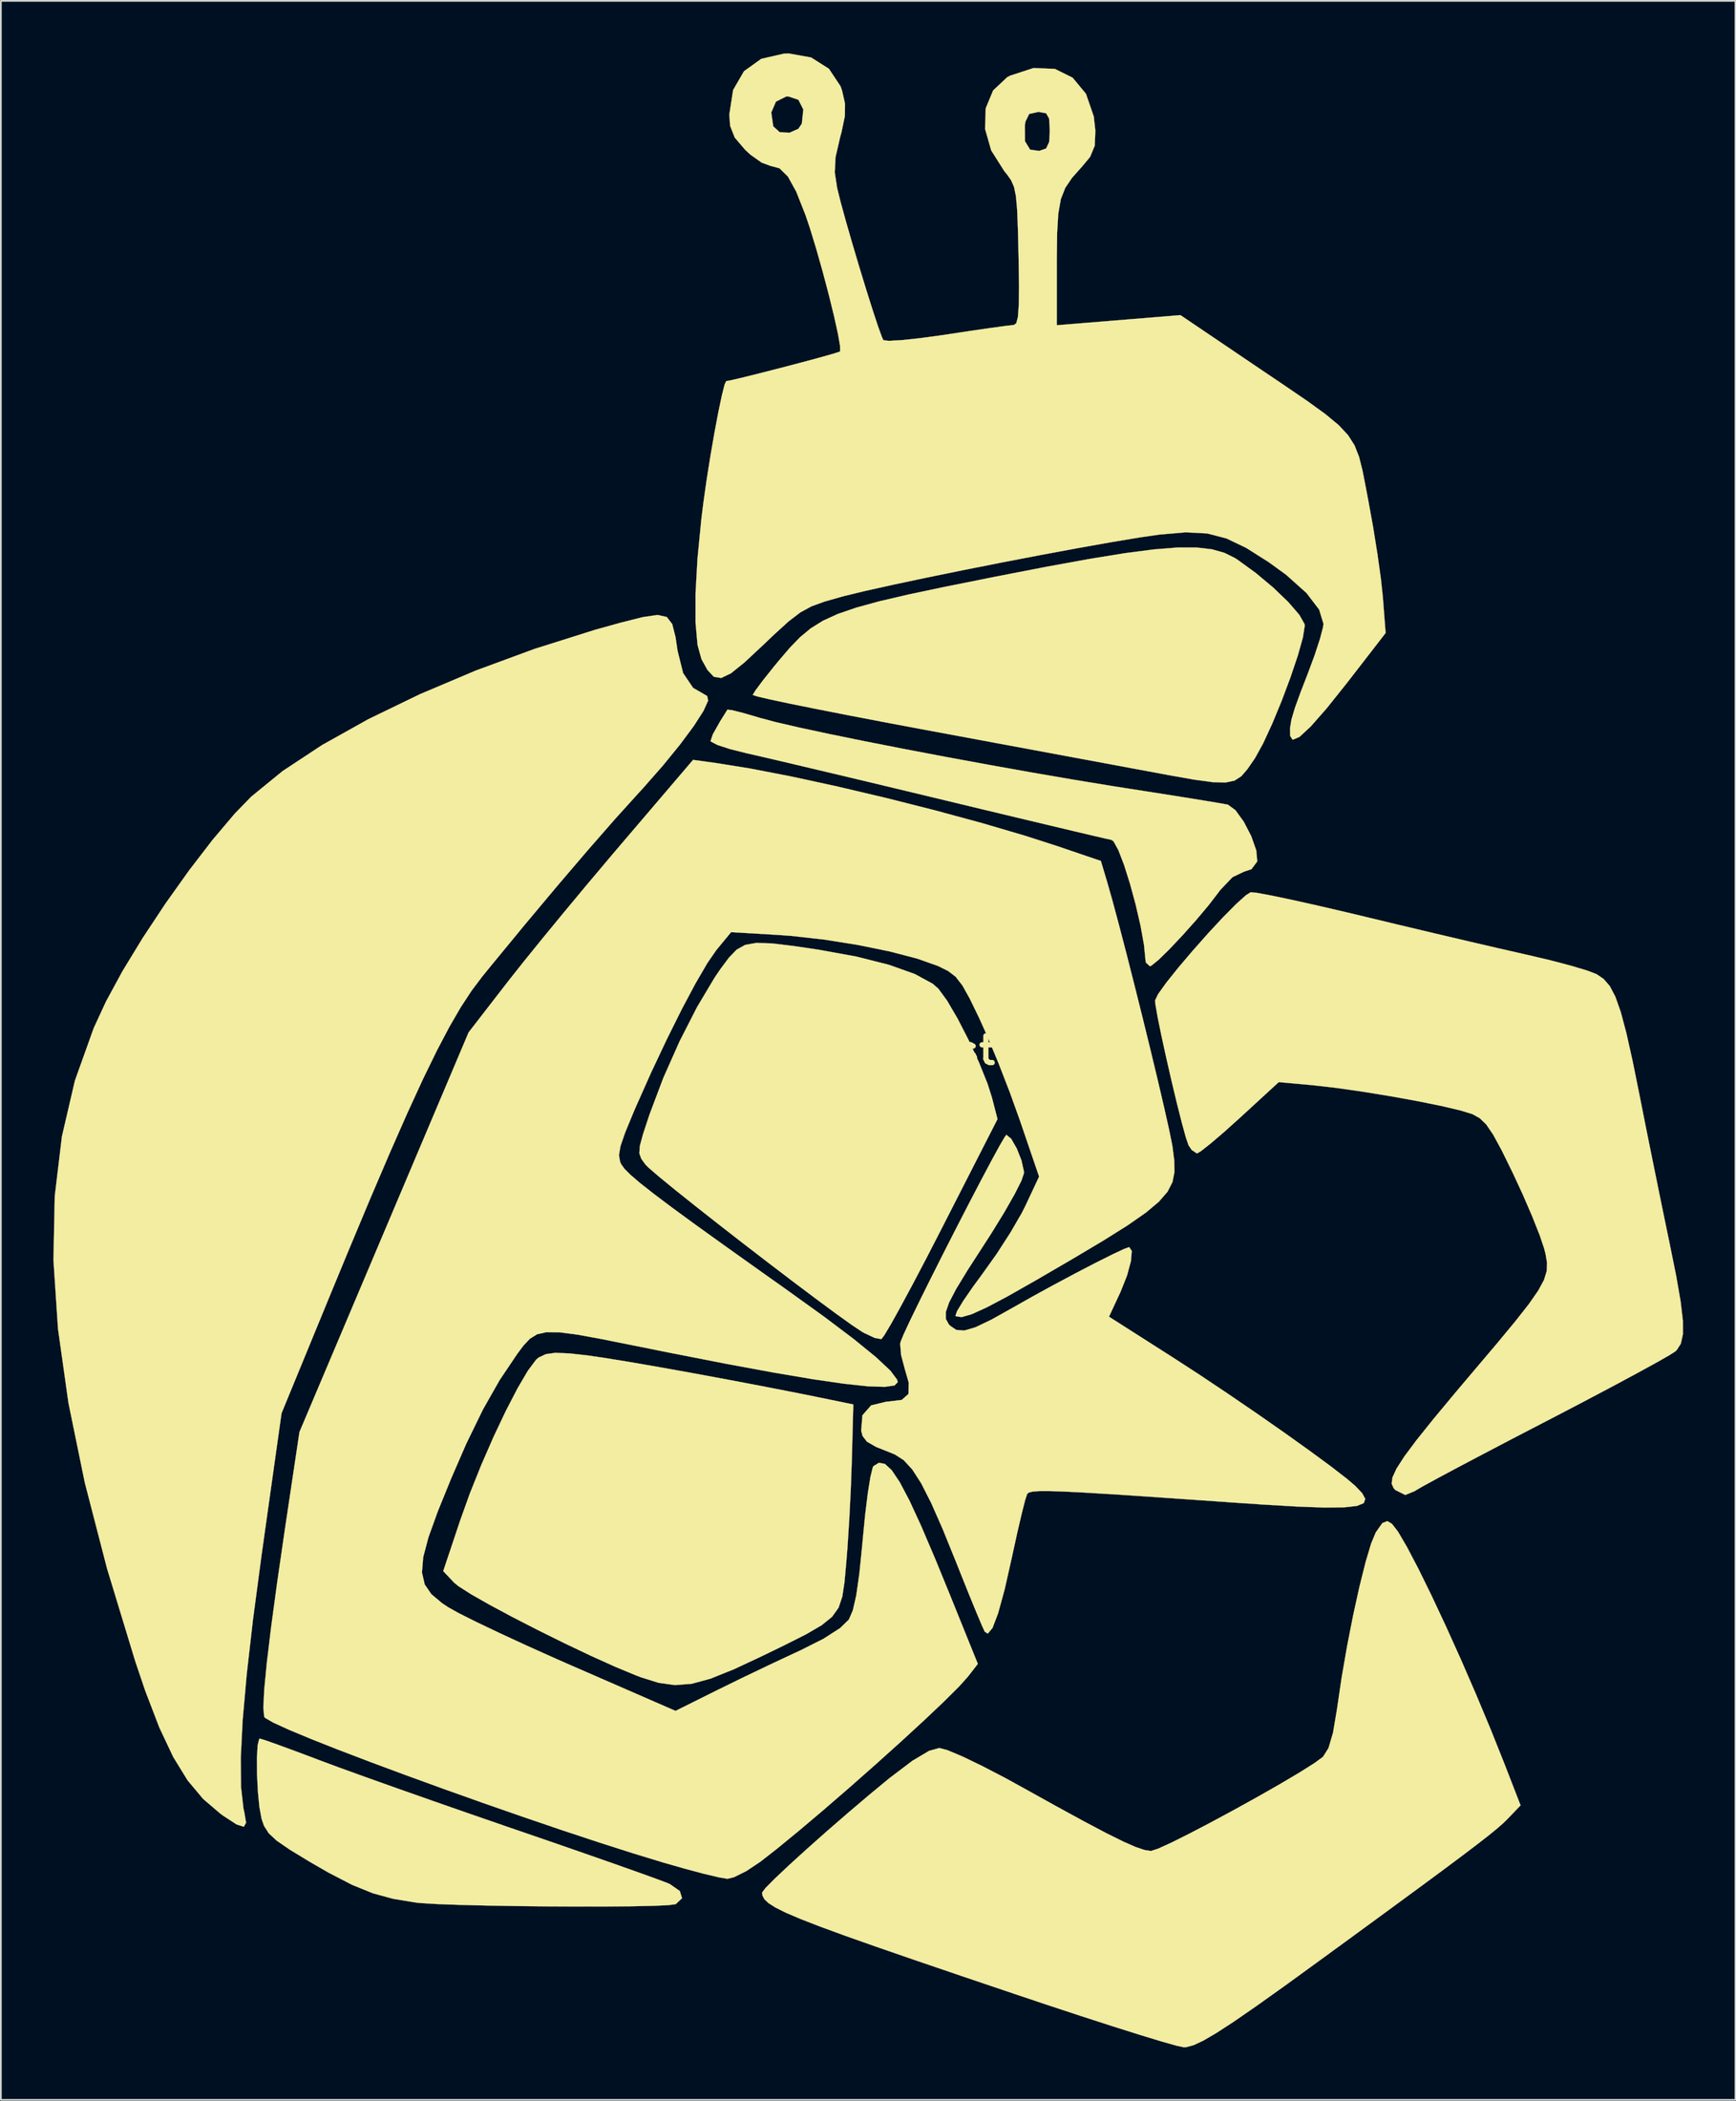
<source format=kicad_pcb>
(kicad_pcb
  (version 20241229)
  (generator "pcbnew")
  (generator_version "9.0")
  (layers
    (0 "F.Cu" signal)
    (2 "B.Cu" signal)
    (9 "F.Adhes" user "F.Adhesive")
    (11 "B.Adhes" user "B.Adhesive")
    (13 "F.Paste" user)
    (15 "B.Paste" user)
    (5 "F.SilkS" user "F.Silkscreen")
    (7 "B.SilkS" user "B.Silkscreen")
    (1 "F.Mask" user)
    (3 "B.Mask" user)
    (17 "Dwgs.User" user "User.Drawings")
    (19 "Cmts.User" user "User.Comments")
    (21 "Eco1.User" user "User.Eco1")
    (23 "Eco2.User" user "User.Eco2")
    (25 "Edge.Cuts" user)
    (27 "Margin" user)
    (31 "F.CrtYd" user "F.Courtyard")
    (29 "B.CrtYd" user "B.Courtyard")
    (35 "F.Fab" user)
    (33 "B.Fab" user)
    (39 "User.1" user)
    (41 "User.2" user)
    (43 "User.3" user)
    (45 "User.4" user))
  (footprint "bb_logo_test"
    (layer "F.Cu")
    (at 46.652 56.953)
    (property "Reference" "bb_logo_test" (at 0 0 0) (layer "F.SilkS") (effects (font (size 1.524 1.524) (thickness 0.3))))
    (attr through_hole)
    (fp_poly (pts (xy -34.553 39.393) (xy -33.853 39.64) (xy -32.853 40.007) (xy -31.651 40.458) (xy -31.445 40.537) (xy -30.352 40.943) (xy -28.85 41.486) (xy -27.035 42.132) (xy -25.007 42.847) (xy -22.861 43.595) (xy -20.696 44.343) (xy -20.186 44.518) (xy -18.187 45.205) (xy -16.323 45.851) (xy -14.662 46.432) (xy -13.271 46.924) (xy -12.22 47.303) (xy -11.574 47.545) (xy -11.43 47.605) (xy -10.851 48.008) (xy -10.723 48.419) (xy -11.072 48.748) (xy -11.118 48.766) (xy -11.52 48.817) (xy -12.37 48.855) (xy -13.578 48.88) (xy -15.057 48.893) (xy -16.719 48.895) (xy -18.477 48.886) (xy -20.243 48.867) (xy -21.928 48.838) (xy -23.445 48.8) (xy -24.706 48.754) (xy -25.623 48.699) (xy -25.937 48.668) (xy -27.234 48.454) (xy -28.395 48.137) (xy -29.575 47.658) (xy -30.926 46.959) (xy -32.011 46.333) (xy -33.137 45.649) (xy -33.884 45.136) (xy -34.344 44.71) (xy -34.611 44.29) (xy -34.75 43.893) (xy -34.875 43.22) (xy -34.964 42.321) (xy -35.013 41.339) (xy -35.019 40.417) (xy -34.98 39.698) (xy -34.891 39.326) (xy -34.854 39.303) (xy -34.553 39.393)) (stroke (width 0.01) (type solid)) (fill yes) (layer "F.SilkS"))
    (fp_poly (pts (xy -17.143 17.303) (xy -16.176 17.41) (xy -15.177 17.554) (xy -13.755 17.785) (xy -12.015 18.086) (xy -10.056 18.438) (xy -7.983 18.822) (xy -5.896 19.219) (xy -3.898 19.611) (xy -2.674 19.859) (xy -0.936 20.217) (xy -1.02 23.41) (xy -1.078 25.023) (xy -1.167 26.781) (xy -1.272 28.425) (xy -1.34 29.276) (xy -1.439 30.362) (xy -1.562 31.185) (xy -1.775 31.821) (xy -2.147 32.343) (xy -2.744 32.826) (xy -3.634 33.345) (xy -4.883 33.974) (xy -6.1 34.565) (xy -7.775 35.35) (xy -9.099 35.88) (xy -10.181 36.173) (xy -11.131 36.246) (xy -12.058 36.117) (xy -13.073 35.801) (xy -13.368 35.688) (xy -14.539 35.202) (xy -15.92 34.58) (xy -17.418 33.868) (xy -18.944 33.114) (xy -20.406 32.364) (xy -21.714 31.664) (xy -22.775 31.06) (xy -23.5 30.598) (xy -23.75 30.395) (xy -24.371 29.734) (xy -23.4 26.832) (xy -22.842 25.279) (xy -22.191 23.658) (xy -21.492 22.059) (xy -20.786 20.571) (xy -20.118 19.283) (xy -19.529 18.283) (xy -19.063 17.66) (xy -18.919 17.536) (xy -18.507 17.343) (xy -17.962 17.267) (xy -17.143 17.303)) (stroke (width 0.01) (type solid)) (fill yes) (layer "F.SilkS"))
    (fp_poly (pts (xy -5.596 -6.119) (xy -4.369 -5.972) (xy -2.941 -5.761) (xy -0.76 -5.366) (xy 1.098 -4.896) (xy 2.571 -4.373) (xy 3.6 -3.815) (xy 3.922 -3.535) (xy 4.42 -2.855) (xy 5.025 -1.822) (xy 5.661 -0.586) (xy 6.256 0.703) (xy 6.735 1.893) (xy 6.99 2.694) (xy 7.305 3.918) (xy 4.119 10.158) (xy 3.256 11.835) (xy 2.461 13.347) (xy 1.769 14.633) (xy 1.216 15.627) (xy 0.835 16.267) (xy 0.667 16.487) (xy 0.285 16.416) (xy -0.324 16.13) (xy -0.468 16.045) (xy -1.057 15.651) (xy -1.958 15.005) (xy -3.101 14.16) (xy -4.417 13.171) (xy -5.837 12.09) (xy -7.29 10.972) (xy -8.709 9.869) (xy -10.022 8.836) (xy -11.161 7.926) (xy -12.056 7.193) (xy -12.638 6.691) (xy -12.817 6.511) (xy -13.054 6.182) (xy -13.164 5.87) (xy -13.134 5.445) (xy -12.954 4.781) (xy -12.614 3.751) (xy -12.572 3.627) (xy -11.798 1.575) (xy -10.865 -0.523) (xy -9.856 -2.498) (xy -8.852 -4.179) (xy -8.52 -4.665) (xy -8.037 -5.312) (xy -7.602 -5.761) (xy -7.115 -6.033) (xy -6.479 -6.146) (xy -5.596 -6.119)) (stroke (width 0.01) (type solid)) (fill yes) (layer "F.SilkS"))
    (fp_poly (pts (xy 19.556 -28.629) (xy 20.267 -28.429) (xy 20.867 -28.133) (xy 21.007 -28.044) (xy 22.062 -27.279) (xy 23.066 -26.439) (xy 23.926 -25.612) (xy 24.552 -24.889) (xy 24.852 -24.358) (xy 24.865 -24.266) (xy 24.758 -23.589) (xy 24.469 -22.561) (xy 24.048 -21.311) (xy 23.545 -19.971) (xy 23.008 -18.672) (xy 22.487 -17.543) (xy 22.031 -16.717) (xy 21.983 -16.644) (xy 21.592 -16.076) (xy 21.244 -15.67) (xy 20.853 -15.417) (xy 20.333 -15.306) (xy 19.599 -15.327) (xy 18.563 -15.468) (xy 17.139 -15.72) (xy 16.042 -15.924) (xy 14.98 -16.121) (xy 13.481 -16.4) (xy 11.631 -16.743) (xy 9.519 -17.136) (xy 7.233 -17.56) (xy 4.861 -18.001) (xy 3.008 -18.345) (xy 0.809 -18.758) (xy -1.216 -19.146) (xy -3.007 -19.498) (xy -4.508 -19.801) (xy -5.659 -20.045) (xy -6.404 -20.217) (xy -6.683 -20.306) (xy -6.684 -20.308) (xy -6.524 -20.573) (xy -6.098 -21.144) (xy -5.482 -21.916) (xy -5.185 -22.277) (xy -4.568 -22.999) (xy -3.984 -23.602) (xy -3.373 -24.11) (xy -2.673 -24.546) (xy -1.823 -24.935) (xy -0.761 -25.299) (xy 0.573 -25.664) (xy 2.241 -26.052) (xy 4.304 -26.487) (xy 6.824 -26.993) (xy 7.185 -27.065) (xy 10.103 -27.631) (xy 12.552 -28.077) (xy 14.584 -28.407) (xy 16.248 -28.623) (xy 17.598 -28.73) (xy 18.684 -28.73) (xy 19.556 -28.629)) (stroke (width 0.01) (type solid)) (fill yes) (layer "F.SilkS"))
    (fp_poly (pts (xy -7.866 -19.439) (xy -7.229 -19.279) (xy -6.349 -19.023) (xy -6.272 -18.999) (xy -5.381 -18.761) (xy -4.038 -18.45) (xy -2.32 -18.081) (xy -0.301 -17.669) (xy 1.943 -17.229) (xy 4.335 -16.774) (xy 6.801 -16.32) (xy 9.264 -15.88) (xy 11.648 -15.47) (xy 13.878 -15.104) (xy 14.705 -14.974) (xy 16.346 -14.718) (xy 17.832 -14.483) (xy 19.072 -14.282) (xy 19.976 -14.132) (xy 20.451 -14.046) (xy 20.471 -14.042) (xy 20.904 -13.727) (xy 21.379 -13.07) (xy 21.806 -12.246) (xy 22.093 -11.432) (xy 22.15 -10.804) (xy 22.15 -10.801) (xy 21.82 -10.357) (xy 21.387 -10.213) (xy 20.733 -9.899) (xy 20.032 -9.163) (xy 19.957 -9.061) (xy 19.384 -8.314) (xy 18.663 -7.456) (xy 17.884 -6.584) (xy 17.138 -5.794) (xy 16.514 -5.183) (xy 16.102 -4.848) (xy 16.013 -4.813) (xy 15.785 -5.025) (xy 15.765 -5.147) (xy 15.678 -6.027) (xy 15.48 -7.127) (xy 15.202 -8.332) (xy 14.876 -9.529) (xy 14.536 -10.606) (xy 14.211 -11.45) (xy 13.936 -11.947) (xy 13.812 -12.032) (xy 13.533 -12.092) (xy 12.793 -12.264) (xy 11.652 -12.533) (xy 10.168 -12.886) (xy 8.402 -13.307) (xy 6.41 -13.784) (xy 4.372 -14.274) (xy 2.118 -14.816) (xy -0.059 -15.337) (xy -2.083 -15.819) (xy -3.878 -16.244) (xy -5.366 -16.594) (xy -6.47 -16.851) (xy -7.018 -16.975) (xy -7.987 -17.218) (xy -8.713 -17.456) (xy -9.073 -17.646) (xy -9.091 -17.683) (xy -8.96 -18.069) (xy -8.549 -18.799) (xy -8.128 -19.47) (xy -7.866 -19.439)) (stroke (width 0.01) (type solid)) (fill yes) (layer "F.SilkS"))
    (fp_poly (pts (xy -11.596 -24.762) (xy -11.283 -24.355) (xy -11.095 -23.61) (xy -10.979 -22.827) (xy -10.662 -21.557) (xy -10.09 -20.712) (xy -9.287 -20.249) (xy -9.232 -19.985) (xy -9.5 -19.394) (xy -10.05 -18.537) (xy -10.839 -17.475) (xy -11.822 -16.269) (xy -12.956 -14.98) (xy -13.206 -14.709) (xy -14.541 -13.233) (xy -16.126 -11.422) (xy -17.885 -9.363) (xy -19.742 -7.147) (xy -21.623 -4.862) (xy -22.16 -4.201) (xy -22.753 -3.413) (xy -23.367 -2.476) (xy -24.021 -1.35) (xy -24.735 0.006) (xy -25.529 1.633) (xy -26.42 3.57) (xy -27.429 5.859) (xy -28.576 8.54) (xy -29.878 11.653) (xy -30.863 14.037) (xy -33.613 20.721) (xy -34.761 28.876) (xy -35.244 32.506) (xy -35.602 35.629) (xy -35.835 38.257) (xy -35.943 40.403) (xy -35.927 42.079) (xy -35.788 43.298) (xy -35.739 43.514) (xy -35.639 44.108) (xy -35.769 44.338) (xy -36.183 44.205) (xy -36.936 43.715) (xy -37.101 43.596) (xy -38.091 42.75) (xy -38.978 41.692) (xy -39.8 40.356) (xy -40.595 38.673) (xy -41.401 36.574) (xy -41.97 34.892) (xy -43.583 29.594) (xy -44.856 24.681) (xy -45.791 20.124) (xy -46.387 15.896) (xy -46.647 11.969) (xy -46.572 8.316) (xy -46.163 4.909) (xy -45.421 1.721) (xy -44.348 -1.276) (xy -43.646 -2.795) (xy -42.707 -4.525) (xy -41.549 -6.425) (xy -40.25 -8.386) (xy -38.889 -10.296) (xy -37.543 -12.045) (xy -36.292 -13.523) (xy -35.344 -14.5) (xy -33.55 -15.962) (xy -31.297 -17.447) (xy -28.657 -18.922) (xy -25.704 -20.352) (xy -22.509 -21.704) (xy -19.146 -22.942) (xy -15.686 -24.033) (xy -14.251 -24.432) (xy -12.982 -24.752) (xy -12.129 -24.879) (xy -11.596 -24.762)) (stroke (width 0.01) (type solid)) (fill yes) (layer "F.SilkS"))
    (fp_poly (pts (xy 29.846 27.033) (xy 30.192 27.479) (xy 30.704 28.353) (xy 31.352 29.587) (xy 32.102 31.113) (xy 32.922 32.862) (xy 33.782 34.767) (xy 34.648 36.759) (xy 35.488 38.769) (xy 36.272 40.73) (xy 36.276 40.741) (xy 37.199 43.115) (xy 36.458 43.888) (xy 36.212 44.128) (xy 35.872 44.427) (xy 35.4 44.813) (xy 34.756 45.315) (xy 33.903 45.962) (xy 32.802 46.784) (xy 31.414 47.809) (xy 29.701 49.066) (xy 27.624 50.585) (xy 25.667 52.012) (xy 23.682 53.452) (xy 22.074 54.597) (xy 20.8 55.476) (xy 19.812 56.119) (xy 19.064 56.555) (xy 18.51 56.813) (xy 18.105 56.923) (xy 17.949 56.932) (xy 17.538 56.844) (xy 16.683 56.602) (xy 15.448 56.227) (xy 13.897 55.738) (xy 12.092 55.154) (xy 10.096 54.496) (xy 8.288 53.89) (xy 5.203 52.847) (xy 2.588 51.956) (xy 0.404 51.202) (xy -1.388 50.569) (xy -2.824 50.044) (xy -3.943 49.609) (xy -4.784 49.251) (xy -5.385 48.952) (xy -5.783 48.699) (xy -6.018 48.476) (xy -6.127 48.267) (xy -6.149 48.096) (xy -5.956 47.838) (xy -5.421 47.298) (xy -4.612 46.536) (xy -3.599 45.615) (xy -2.449 44.594) (xy -1.229 43.536) (xy -0.01 42.502) (xy 1.142 41.552) (xy 1.163 41.536) (xy 2.443 40.568) (xy 3.391 40.004) (xy 3.978 39.838) (xy 4.452 39.966) (xy 5.295 40.32) (xy 6.413 40.858) (xy 7.715 41.534) (xy 8.563 41.999) (xy 10.608 43.134) (xy 12.243 44.026) (xy 13.519 44.7) (xy 14.487 45.18) (xy 15.199 45.494) (xy 15.707 45.665) (xy 16.062 45.72) (xy 16.079 45.72) (xy 16.477 45.592) (xy 17.245 45.242) (xy 18.293 44.718) (xy 19.531 44.071) (xy 20.869 43.349) (xy 22.217 42.602) (xy 23.484 41.879) (xy 24.58 41.229) (xy 25.415 40.703) (xy 25.899 40.348) (xy 25.91 40.338) (xy 26.223 39.842) (xy 26.483 38.953) (xy 26.71 37.602) (xy 26.722 37.516) (xy 26.977 35.789) (xy 27.289 33.997) (xy 27.635 32.239) (xy 27.993 30.614) (xy 28.342 29.221) (xy 28.659 28.158) (xy 28.924 27.524) (xy 28.928 27.517) (xy 29.3 26.992) (xy 29.587 26.879) (xy 29.846 27.033)) (stroke (width 0.01) (type solid)) (fill yes) (layer "F.SilkS"))
    (fp_poly (pts (xy 8.086 5.039) (xy 8.403 5.589) (xy 8.674 6.273) (xy 8.813 6.899) (xy 8.817 7.005) (xy 8.673 7.436) (xy 8.28 8.214) (xy 7.69 9.248) (xy 6.955 10.442) (xy 6.545 11.078) (xy 5.608 12.526) (xy 4.95 13.605) (xy 4.541 14.386) (xy 4.351 14.937) (xy 4.352 15.329) (xy 4.515 15.63) (xy 4.599 15.721) (xy 4.95 15.959) (xy 5.404 15.996) (xy 6.045 15.808) (xy 6.96 15.37) (xy 8.2 14.677) (xy 9.305 14.052) (xy 10.519 13.387) (xy 11.746 12.732) (xy 12.889 12.139) (xy 13.85 11.657) (xy 14.533 11.337) (xy 14.833 11.229) (xy 14.98 11.452) (xy 14.929 12.036) (xy 14.707 12.856) (xy 14.337 13.787) (xy 14.322 13.818) (xy 13.677 15.204) (xy 17.333 17.535) (xy 18.86 18.526) (xy 20.487 19.613) (xy 22.134 20.737) (xy 23.72 21.844) (xy 25.162 22.874) (xy 26.381 23.771) (xy 27.295 24.479) (xy 27.739 24.858) (xy 28.144 25.281) (xy 28.323 25.611) (xy 28.236 25.854) (xy 27.844 26.013) (xy 27.108 26.095) (xy 25.987 26.106) (xy 24.442 26.05) (xy 22.433 25.932) (xy 20.656 25.811) (xy 17.864 25.616) (xy 15.558 25.458) (xy 13.692 25.335) (xy 12.218 25.247) (xy 11.091 25.191) (xy 10.263 25.164) (xy 9.687 25.166) (xy 9.317 25.194) (xy 9.106 25.245) (xy 9.007 25.319) (xy 9.002 25.327) (xy 8.886 25.678) (xy 8.691 26.444) (xy 8.441 27.515) (xy 8.164 28.78) (xy 8.139 28.898) (xy 7.712 30.789) (xy 7.338 32.151) (xy 7.018 32.988) (xy 6.749 33.305) (xy 6.579 33.2) (xy 6.419 32.856) (xy 6.105 32.111) (xy 5.676 31.063) (xy 5.172 29.809) (xy 4.97 29.3) (xy 4.177 27.346) (xy 3.513 25.839) (xy 2.943 24.719) (xy 2.432 23.926) (xy 1.944 23.398) (xy 1.443 23.076) (xy 1.28 23.008) (xy 0.365 22.643) (xy -0.157 22.342) (xy -0.406 22.018) (xy -0.485 21.71) (xy -0.414 20.834) (xy 0.082 20.269) (xy 0.968 20.054) (xy 1.05 20.053) (xy 1.836 19.955) (xy 2.217 19.616) (xy 2.23 18.963) (xy 2.005 18.181) (xy 1.797 17.399) (xy 1.744 16.765) (xy 1.766 16.639) (xy 1.947 16.199) (xy 2.321 15.397) (xy 2.848 14.314) (xy 3.487 13.027) (xy 4.198 11.615) (xy 4.941 10.157) (xy 5.676 8.731) (xy 6.362 7.416) (xy 6.96 6.291) (xy 7.428 5.434) (xy 7.727 4.925) (xy 7.814 4.816) (xy 8.086 5.039)) (stroke (width 0.01) (type solid)) (fill yes) (layer "F.SilkS"))
    (fp_poly (pts (xy 22.139 -9.004) (xy 22.941 -8.855) (xy 24.106 -8.611) (xy 25.557 -8.288) (xy 27.215 -7.903) (xy 28.261 -7.653) (xy 30.23 -7.18) (xy 32.246 -6.701) (xy 34.177 -6.247) (xy 35.89 -5.849) (xy 37.255 -5.538) (xy 37.565 -5.468) (xy 38.884 -5.158) (xy 40.076 -4.845) (xy 41.007 -4.566) (xy 41.53 -4.366) (xy 41.943 -4.089) (xy 42.297 -3.681) (xy 42.616 -3.073) (xy 42.925 -2.199) (xy 43.246 -0.993) (xy 43.604 0.612) (xy 43.99 2.517) (xy 44.366 4.41) (xy 44.787 6.496) (xy 45.208 8.561) (xy 45.586 10.392) (xy 45.705 10.962) (xy 46.092 12.876) (xy 46.347 14.342) (xy 46.474 15.43) (xy 46.476 16.207) (xy 46.358 16.745) (xy 46.124 17.111) (xy 46.054 17.178) (xy 45.704 17.403) (xy 44.942 17.837) (xy 43.83 18.446) (xy 42.434 19.196) (xy 40.816 20.051) (xy 39.041 20.978) (xy 38.501 21.257) (xy 36.705 22.189) (xy 35.06 23.05) (xy 33.626 23.806) (xy 32.465 24.427) (xy 31.638 24.878) (xy 31.206 25.128) (xy 31.162 25.16) (xy 30.608 25.387) (xy 30.043 25.105) (xy 29.944 24.997) (xy 29.832 24.743) (xy 29.877 24.386) (xy 30.109 23.881) (xy 30.558 23.184) (xy 31.255 22.25) (xy 32.23 21.034) (xy 33.513 19.493) (xy 34.467 18.365) (xy 35.838 16.747) (xy 36.894 15.473) (xy 37.673 14.482) (xy 38.208 13.713) (xy 38.537 13.106) (xy 38.693 12.598) (xy 38.712 12.13) (xy 38.63 11.64) (xy 38.55 11.319) (xy 38.296 10.562) (xy 37.865 9.476) (xy 37.318 8.211) (xy 36.762 7.01) (xy 36.124 5.71) (xy 35.636 4.812) (xy 35.237 4.227) (xy 34.867 3.867) (xy 34.463 3.642) (xy 34.435 3.63) (xy 33.75 3.42) (xy 32.657 3.164) (xy 31.277 2.885) (xy 29.733 2.606) (xy 28.147 2.348) (xy 26.641 2.133) (xy 25.337 1.984) (xy 25.258 1.976) (xy 23.378 1.806) (xy 21.158 3.844) (xy 20.251 4.659) (xy 19.479 5.318) (xy 18.93 5.75) (xy 18.703 5.882) (xy 18.399 5.675) (xy 18.224 5.414) (xy 18.073 4.977) (xy 17.842 4.137) (xy 17.558 3.014) (xy 17.25 1.729) (xy 16.946 0.401) (xy 16.673 -0.847) (xy 16.459 -1.896) (xy 16.332 -2.626) (xy 16.309 -2.861) (xy 16.484 -3.223) (xy 16.953 -3.877) (xy 17.638 -4.732) (xy 18.459 -5.698) (xy 19.335 -6.686) (xy 20.188 -7.604) (xy 20.938 -8.362) (xy 21.505 -8.872) (xy 21.778 -9.041) (xy 22.139 -9.004)) (stroke (width 0.01) (type solid)) (fill yes) (layer "F.SilkS"))
    (fp_poly (pts (xy -8.857 -16.432) (xy -6.861 -16.113) (xy -4.481 -15.652) (xy -1.84 -15.079) (xy 0.94 -14.424) (xy 3.735 -13.718) (xy 6.423 -12.989) (xy 8.881 -12.267) (xy 10.683 -11.687) (xy 13.212 -10.828) (xy 13.572 -9.625) (xy 13.867 -8.588) (xy 14.24 -7.202) (xy 14.668 -5.559) (xy 15.128 -3.752) (xy 15.597 -1.873) (xy 16.053 -0.015) (xy 16.472 1.729) (xy 16.831 3.268) (xy 17.109 4.507) (xy 17.282 5.356) (xy 17.314 5.548) (xy 17.407 6.297) (xy 17.419 6.938) (xy 17.305 7.514) (xy 17.024 8.064) (xy 16.533 8.631) (xy 15.789 9.257) (xy 14.749 9.981) (xy 13.371 10.846) (xy 11.613 11.893) (xy 9.492 13.128) (xy 7.889 14.038) (xy 6.683 14.676) (xy 5.824 15.065) (xy 5.26 15.227) (xy 4.942 15.184) (xy 4.903 15.152) (xy 4.991 14.891) (xy 5.347 14.303) (xy 5.911 13.484) (xy 6.428 12.781) (xy 7.253 11.624) (xy 8.046 10.397) (xy 8.684 9.297) (xy 8.894 8.882) (xy 9.683 7.203) (xy 8.566 3.936) (xy 8.008 2.386) (xy 7.365 0.728) (xy 6.724 -0.817) (xy 6.277 -1.814) (xy 5.724 -2.956) (xy 5.298 -3.718) (xy 4.916 -4.208) (xy 4.489 -4.538) (xy 3.933 -4.815) (xy 3.917 -4.823) (xy 2.725 -5.246) (xy 1.143 -5.658) (xy -0.685 -6.031) (xy -2.615 -6.338) (xy -4.503 -6.549) (xy -5.23 -6.601) (xy -7.92 -6.759) (xy -8.76 -5.741) (xy -9.279 -4.99) (xy -9.955 -3.83) (xy -10.745 -2.345) (xy -11.603 -0.621) (xy -12.488 1.255) (xy -13.354 3.198) (xy -13.508 3.557) (xy -13.977 4.694) (xy -14.242 5.464) (xy -14.329 5.98) (xy -14.263 6.357) (xy -14.193 6.508) (xy -14.01 6.76) (xy -13.666 7.103) (xy -13.125 7.567) (xy -12.348 8.178) (xy -11.301 8.966) (xy -9.945 9.957) (xy -8.243 11.179) (xy -6.16 12.662) (xy -4.789 13.633) (xy -2.62 15.192) (xy -0.906 16.484) (xy 0.359 17.514) (xy 1.183 18.285) (xy 1.57 18.805) (xy 1.604 18.942) (xy 1.422 19.131) (xy 0.864 19.212) (xy -0.089 19.181) (xy -1.455 19.035) (xy -3.255 18.774) (xy -5.507 18.393) (xy -8.229 17.89) (xy -11.44 17.262) (xy -13.477 16.852) (xy -15.31 16.484) (xy -16.7 16.23) (xy -17.726 16.096) (xy -18.468 16.087) (xy -19.007 16.208) (xy -19.422 16.465) (xy -19.794 16.864) (xy -20.13 17.312) (xy -21.142 18.817) (xy -22.094 20.49) (xy -23.052 22.454) (xy -23.915 24.439) (xy -24.682 26.324) (xy -25.215 27.801) (xy -25.516 28.94) (xy -25.587 29.815) (xy -25.431 30.496) (xy -25.048 31.055) (xy -24.441 31.565) (xy -24.098 31.794) (xy -23.489 32.134) (xy -22.476 32.642) (xy -21.148 33.275) (xy -19.593 33.993) (xy -17.899 34.753) (xy -16.964 35.163) (xy -11.096 37.72) (xy -8.689 36.522) (xy -7.3 35.841) (xy -5.744 35.097) (xy -4.305 34.422) (xy -3.969 34.268) (xy -2.644 33.602) (xy -1.688 32.989) (xy -1.19 32.503) (xy -0.965 31.985) (xy -0.768 31.13) (xy -0.589 29.874) (xy -0.415 28.155) (xy -0.394 27.906) (xy -0.257 26.506) (xy -0.107 25.29) (xy 0.042 24.361) (xy 0.174 23.821) (xy 0.219 23.737) (xy 0.53 23.548) (xy 0.869 23.612) (xy 1.257 23.968) (xy 1.717 24.652) (xy 2.27 25.699) (xy 2.939 27.148) (xy 3.744 29.034) (xy 4.53 30.952) (xy 6.181 35.034) (xy 5.614 35.765) (xy 5.103 36.334) (xy 4.25 37.182) (xy 3.128 38.244) (xy 1.808 39.458) (xy 0.36 40.76) (xy -1.145 42.088) (xy -2.636 43.377) (xy -4.042 44.565) (xy -5.291 45.589) (xy -6.255 46.341) (xy -7.046 46.867) (xy -7.751 47.218) (xy -8.126 47.311) (xy -8.597 47.232) (xy -9.454 47.029) (xy -10.574 46.731) (xy -11.767 46.391) (xy -13.521 45.856) (xy -15.489 45.227) (xy -17.612 44.524) (xy -19.831 43.768) (xy -22.089 42.982) (xy -24.328 42.185) (xy -26.488 41.4) (xy -28.513 40.648) (xy -30.342 39.95) (xy -31.919 39.327) (xy -33.185 38.8) (xy -34.081 38.391) (xy -34.549 38.121) (xy -34.602 38.06) (xy -34.651 37.542) (xy -34.601 36.508) (xy -34.452 34.967) (xy -34.206 32.928) (xy -33.864 30.4) (xy -33.427 27.393) (xy -33.389 27.138) (xy -32.588 21.791) (xy -22.921 -1.036) (xy -20.683 -3.927) (xy -19.83 -5.006) (xy -18.715 -6.382) (xy -17.429 -7.946) (xy -16.06 -9.59) (xy -14.698 -11.205) (xy -14.269 -11.709) (xy -10.094 -16.6) (xy -8.857 -16.432)) (stroke (width 0.01) (type solid)) (fill yes) (layer "F.SilkS"))
    (fp_poly (pts (xy -3.346 -56.72) (xy -2.331 -56.077) (xy -1.666 -55.079) (xy -1.576 -54.821) (xy -1.41 -54.083) (xy -1.418 -53.373) (xy -1.608 -52.461) (xy -1.696 -52.134) (xy -1.949 -51.036) (xy -1.996 -50.157) (xy -1.859 -49.263) (xy -1.663 -48.474) (xy -1.368 -47.396) (xy -1.005 -46.135) (xy -0.606 -44.794) (xy -0.204 -43.479) (xy 0.17 -42.294) (xy 0.484 -41.345) (xy 0.706 -40.736) (xy 0.787 -40.571) (xy 1.104 -40.534) (xy 1.844 -40.577) (xy 2.903 -40.69) (xy 4.176 -40.864) (xy 4.427 -40.902) (xy 5.749 -41.103) (xy 6.895 -41.269) (xy 7.753 -41.386) (xy 8.212 -41.438) (xy 8.241 -41.439) (xy 8.38 -41.545) (xy 8.473 -41.904) (xy 8.522 -42.585) (xy 8.534 -43.655) (xy 8.513 -45.183) (xy 8.508 -45.402) (xy 8.471 -46.939) (xy 8.427 -48.04) (xy 8.358 -48.803) (xy 8.249 -49.326) (xy 8.082 -49.709) (xy 7.842 -50.049) (xy 7.694 -50.227) (xy 6.946 -51.412) (xy 6.594 -52.644) (xy 6.601 -52.85) (xy 8.87 -52.85) (xy 8.877 -51.934) (xy 9.169 -51.456) (xy 9.691 -51.383) (xy 10.086 -51.523) (xy 10.259 -51.896) (xy 10.294 -52.538) (xy 10.257 -53.227) (xy 10.085 -53.533) (xy 9.683 -53.607) (xy 9.625 -53.607) (xy 9.117 -53.495) (xy 8.9 -53.053) (xy 8.87 -52.85) (xy 6.601 -52.85) (xy 6.633 -53.821) (xy 7.055 -54.837) (xy 7.855 -55.589) (xy 8.021 -55.679) (xy 9.37 -56.119) (xy 10.583 -56.068) (xy 11.599 -55.564) (xy 12.361 -54.645) (xy 12.808 -53.348) (xy 12.897 -52.546) (xy 12.864 -51.681) (xy 12.597 -51.041) (xy 12.122 -50.471) (xy 11.566 -49.848) (xy 11.177 -49.271) (xy 10.924 -48.626) (xy 10.779 -47.802) (xy 10.712 -46.685) (xy 10.695 -45.161) (xy 10.695 -44.928) (xy 10.695 -41.427) (xy 12.433 -41.568) (xy 13.707 -41.672) (xy 15.126 -41.788) (xy 15.966 -41.856) (xy 17.761 -42.004) (xy 21.915 -39.196) (xy 23.656 -38.022) (xy 25.016 -37.094) (xy 26.047 -36.348) (xy 26.804 -35.72) (xy 27.34 -35.147) (xy 27.711 -34.565) (xy 27.968 -33.91) (xy 28.167 -33.119) (xy 28.361 -32.127) (xy 28.496 -31.416) (xy 28.774 -29.884) (xy 29.024 -28.321) (xy 29.22 -26.914) (xy 29.328 -25.894) (xy 29.486 -23.848) (xy 27.292 -21.014) (xy 26.111 -19.536) (xy 25.203 -18.504) (xy 24.559 -17.91) (xy 24.171 -17.748) (xy 24.031 -17.971) (xy 24.024 -18.408) (xy 24.105 -18.908) (xy 24.308 -19.589) (xy 24.665 -20.566) (xy 25.013 -21.458) (xy 25.419 -22.55) (xy 25.734 -23.509) (xy 25.912 -24.189) (xy 25.935 -24.374) (xy 25.687 -25.185) (xy 24.966 -26.129) (xy 23.804 -27.169) (xy 22.81 -27.891) (xy 21.516 -28.709) (xy 20.391 -29.247) (xy 19.286 -29.534) (xy 18.054 -29.598) (xy 16.546 -29.467) (xy 15.449 -29.308) (xy 13.806 -29.035) (xy 11.872 -28.691) (xy 9.746 -28.296) (xy 7.529 -27.87) (xy 5.32 -27.432) (xy 3.22 -27.003) (xy 1.329 -26.602) (xy -0.254 -26.25) (xy -1.429 -25.965) (xy -1.59 -25.922) (xy -2.584 -25.641) (xy -3.331 -25.368) (xy -3.968 -25.02) (xy -4.631 -24.513) (xy -5.455 -23.764) (xy -6.085 -23.164) (xy -7.15 -22.17) (xy -7.924 -21.547) (xy -8.484 -21.278) (xy -8.907 -21.346) (xy -9.269 -21.733) (xy -9.612 -22.35) (xy -9.838 -23.168) (xy -9.951 -24.443) (xy -9.951 -26.113) (xy -9.839 -28.111) (xy -9.617 -30.373) (xy -9.505 -31.277) (xy -9.322 -32.571) (xy -9.105 -33.936) (xy -8.874 -35.268) (xy -8.648 -36.465) (xy -8.446 -37.426) (xy -8.288 -38.048) (xy -8.2 -38.234) (xy -7.859 -38.299) (xy -7.14 -38.469) (xy -6.164 -38.713) (xy -5.055 -38.997) (xy -3.934 -39.291) (xy -2.925 -39.562) (xy -2.15 -39.779) (xy -1.731 -39.91) (xy -1.692 -39.928) (xy -1.691 -40.24) (xy -1.817 -40.959) (xy -2.044 -41.98) (xy -2.344 -43.199) (xy -2.691 -44.509) (xy -3.059 -45.807) (xy -3.42 -46.986) (xy -3.67 -47.725) (xy -4.195 -49.052) (xy -4.673 -49.918) (xy -5.154 -50.39) (xy -5.682 -50.533) (xy -5.683 -50.533) (xy -6.173 -50.713) (xy -6.815 -51.169) (xy -7.112 -51.442) (xy -7.71 -52.143) (xy -7.974 -52.81) (xy -8.021 -53.46) (xy -8.003 -53.578) (xy -5.624 -53.578) (xy -5.511 -52.786) (xy -5.149 -52.458) (xy -4.592 -52.418) (xy -4.078 -52.644) (xy -3.877 -52.939) (xy -3.792 -53.751) (xy -4.074 -54.305) (xy -4.663 -54.5) (xy -4.769 -54.492) (xy -5.358 -54.198) (xy -5.624 -53.578) (xy -8.003 -53.578) (xy -7.805 -54.859) (xy -7.183 -55.934) (xy -6.197 -56.642) (xy -4.89 -56.941) (xy -4.625 -56.948) (xy -3.346 -56.72)) (stroke (width 0.01) (type solid)) (fill yes) (layer "F.SilkS")))
  (gr_rect
    (start -3 -3)
    (end 96.133 116.89)
    (stroke (width 0.1) (type default))
    (fill no)
    (layer "Edge.Cuts")))
</source>
